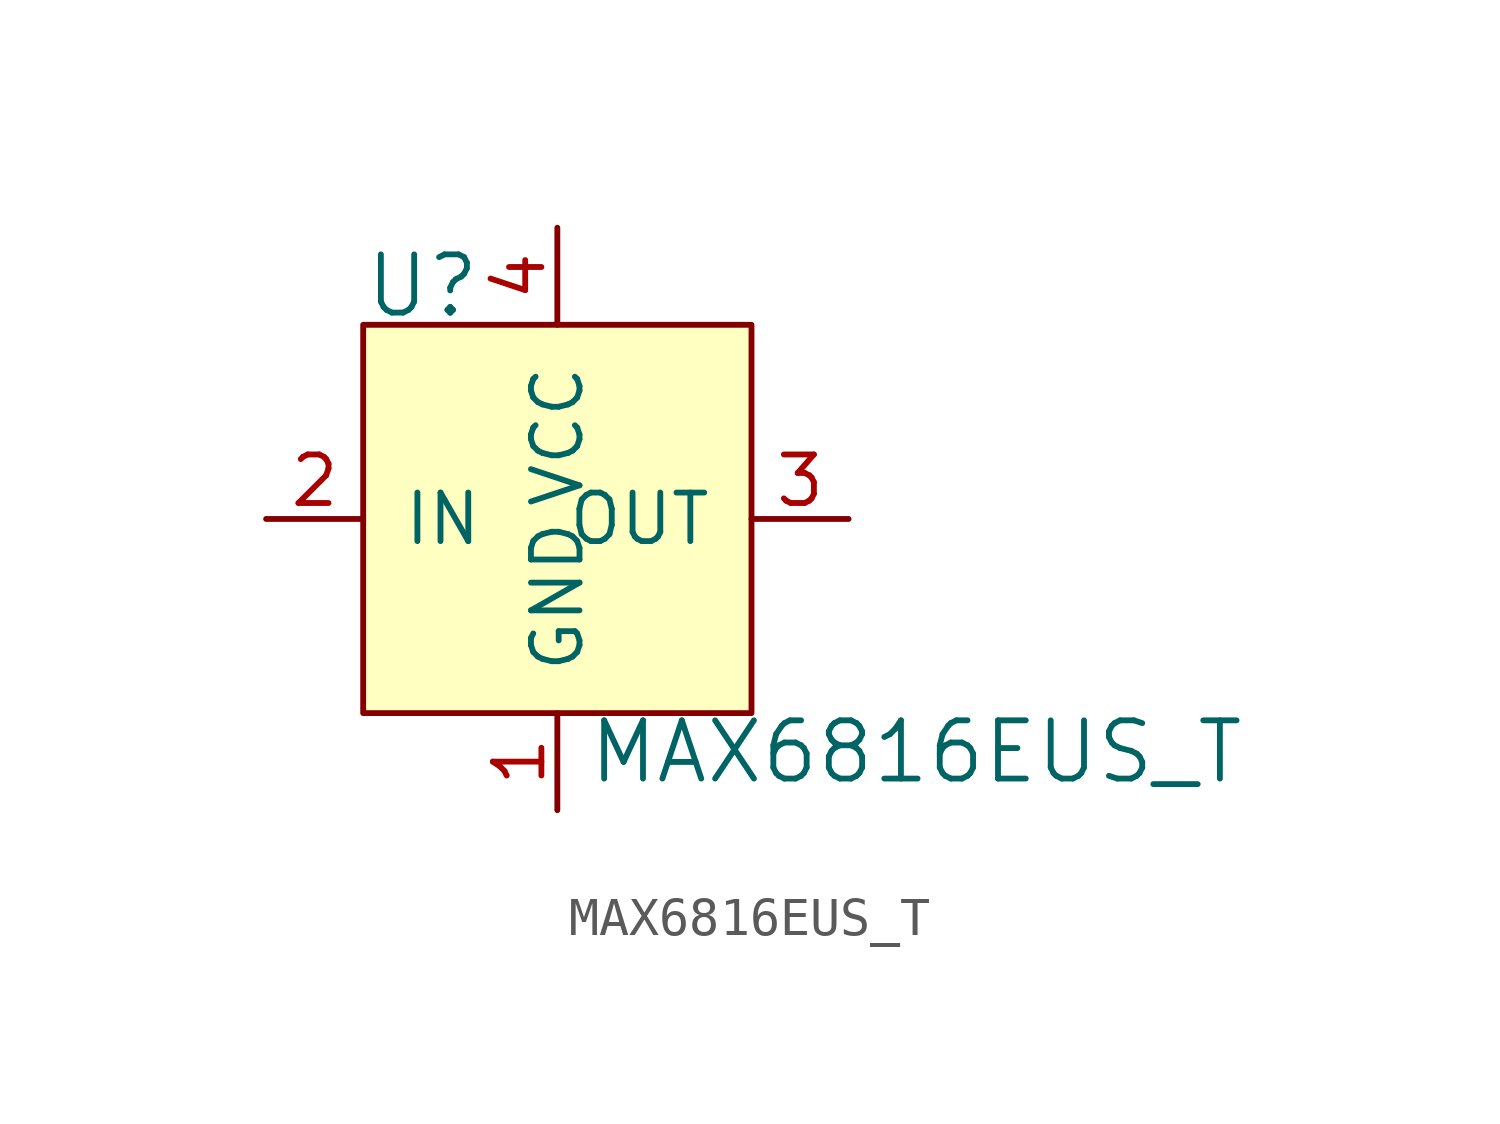
<source format=kicad_sym>
(kicad_symbol_lib
  (version 20211014)
  (generator kicad_symbol_editor)
  (symbol "MAX6816EUS_T"
    (pin_names
      (offset 1.016))
    (property "Reference" "U"
      (at -5.08 1.016 0)
      (effects (font (size 1.524 1.524)) (justify left)))
    (property "Value" "MAX6816EUS_T"
      (at 0.762 -11.176 0)
      (effects (font (size 1.524 1.524)) (justify left)))
    (symbol "MAX6816EUS_T_0_1"
      (rectangle (start -5.08 0) (end 5.08 -10.16) (stroke (width 0) (type default) (color 0 0 0 0)) (fill (type background))))
    (symbol "MAX6816EUS_T_1_1"
      (pin power_in line (at 0 -12.7 90) (length 2.54) (name "GND" (effects (font (size 1.27 1.27)))) (number "1" (effects (font (size 1.27 1.27)))))
      (pin input line (at -7.62 -5.08 0) (length 2.54) (name "IN" (effects (font (size 1.27 1.27)))) (number "2" (effects (font (size 1.27 1.27)))))
      (pin output line (at 7.62 -5.08 180) (length 2.54) (name "OUT" (effects (font (size 1.27 1.27)))) (number "3" (effects (font (size 1.27 1.27)))))
      (pin power_in line (at 0 2.54 270) (length 2.54) (name "VCC" (effects (font (size 1.27 1.27)))) (number "4" (effects (font (size 1.27 1.27))))))))
</source>
